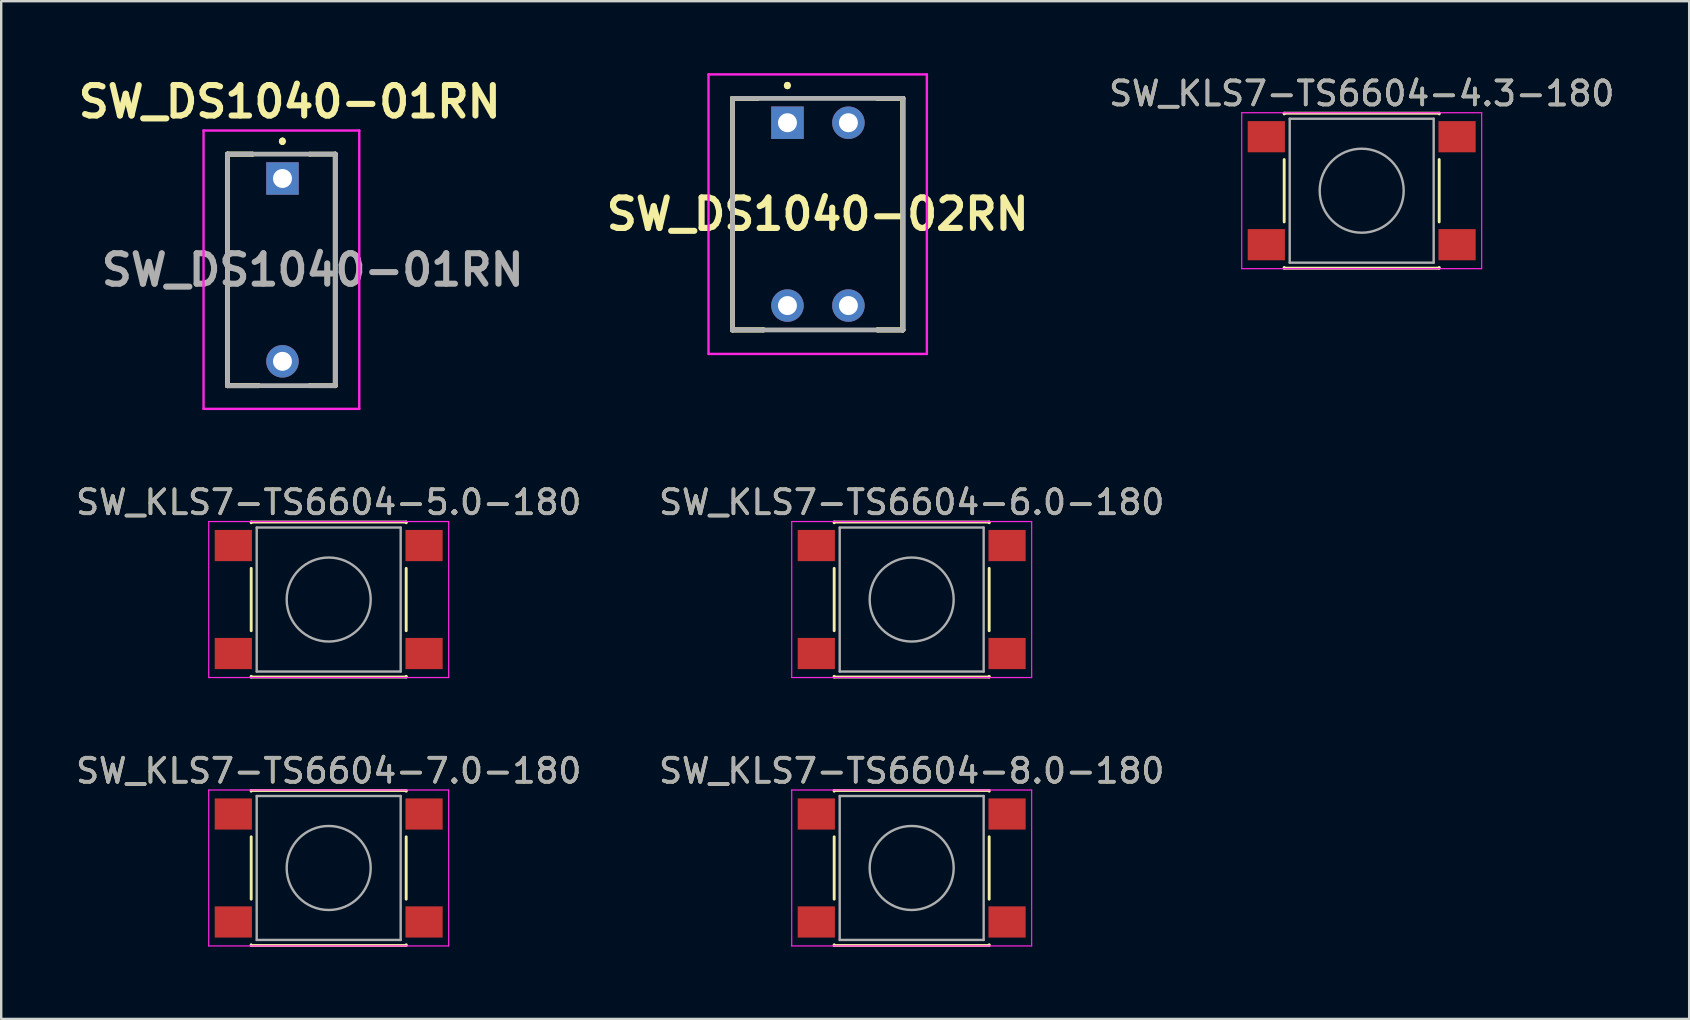
<source format=kicad_pcb>
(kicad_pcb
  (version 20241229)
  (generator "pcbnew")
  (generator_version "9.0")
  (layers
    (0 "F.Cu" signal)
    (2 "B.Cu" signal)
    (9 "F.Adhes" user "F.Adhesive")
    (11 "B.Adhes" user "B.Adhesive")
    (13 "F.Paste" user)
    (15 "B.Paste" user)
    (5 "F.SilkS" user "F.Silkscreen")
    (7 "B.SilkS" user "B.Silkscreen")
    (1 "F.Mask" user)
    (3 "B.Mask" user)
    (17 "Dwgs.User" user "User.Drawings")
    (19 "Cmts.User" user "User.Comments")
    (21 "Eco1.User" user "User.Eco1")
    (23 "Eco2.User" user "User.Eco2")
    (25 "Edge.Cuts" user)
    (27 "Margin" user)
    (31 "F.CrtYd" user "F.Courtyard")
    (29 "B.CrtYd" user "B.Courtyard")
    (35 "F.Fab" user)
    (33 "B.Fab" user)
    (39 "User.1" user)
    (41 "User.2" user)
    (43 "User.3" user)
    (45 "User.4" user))
  (footprint "SW_DS1040-01RN"
    (layer "F.Cu")
    (at 8.723 4.389)
    (property "Reference" "SW_DS1040-01RN" (at 0.3 -3.2 0) (layer "F.SilkS") (effects (font (size 1.27 1.27) (thickness 0.254))))
    (attr through_hole)
    (fp_line (start -2.29 -1.015) (end -2.29 -1.015) (stroke (width 0.2) (type solid)) (layer "F.SilkS"))
    (fp_line (start -2.29 -1.015) (end -2.29 -1.015) (stroke (width 0.2) (type solid)) (layer "F.SilkS"))
    (fp_line (start -2.29 -1.015) (end -2.29 8.635) (stroke (width 0.2) (type solid)) (layer "F.SilkS"))
    (fp_line (start -2.29 -1.015) (end -1.25 -1.015) (stroke (width 0.2) (type solid)) (layer "F.SilkS"))
    (fp_line (start -2.29 8.635) (end -2.29 -1.015) (stroke (width 0.2) (type solid)) (layer "F.SilkS"))
    (fp_line (start -2.29 8.635) (end -2.29 8.635) (stroke (width 0.2) (type solid)) (layer "F.SilkS"))
    (fp_line (start -2.29 8.635) (end -2.29 8.635) (stroke (width 0.2) (type solid)) (layer "F.SilkS"))
    (fp_line (start -2.29 8.635) (end -1 8.635) (stroke (width 0.2) (type solid)) (layer "F.SilkS"))
    (fp_line (start -1.25 -1.015) (end -2.29 -1.015) (stroke (width 0.2) (type solid)) (layer "F.SilkS"))
    (fp_line (start -1.25 -1.015) (end -1.25 -1.015) (stroke (width 0.2) (type solid)) (layer "F.SilkS"))
    (fp_line (start -1 8.635) (end -2.29 8.635) (stroke (width 0.2) (type solid)) (layer "F.SilkS"))
    (fp_line (start -1 8.635) (end -1 8.635) (stroke (width 0.2) (type solid)) (layer "F.SilkS"))
    (fp_line (start 0 -1.6) (end 0 -1.6) (stroke (width 0.2) (type solid)) (layer "F.SilkS"))
    (fp_line (start 0 -1.6) (end 0 -1.6) (stroke (width 0.2) (type solid)) (layer "F.SilkS"))
    (fp_line (start 0 -1.5) (end 0 -1.5) (stroke (width 0.2) (type solid)) (layer "F.SilkS"))
    (fp_line (start 1.14 -1.015) (end 1.14 -1.015) (stroke (width 0.2) (type solid)) (layer "F.SilkS"))
    (fp_line (start 1.14 8.635) (end 1.14 8.635) (stroke (width 0.2) (type solid)) (layer "F.SilkS"))
    (fp_line (start 1.14 8.635) (end 2.2 8.635) (stroke (width 0.2) (type solid)) (layer "F.SilkS"))
    (fp_line (start 2.2 -1.015) (end 1.14 -1.015) (stroke (width 0.2) (type solid)) (layer "F.SilkS"))
    (fp_line (start 2.2 -1.015) (end 2.2 -1.015) (stroke (width 0.2) (type solid)) (layer "F.SilkS"))
    (fp_line (start 2.2 -1.015) (end 2.2 -1.015) (stroke (width 0.2) (type solid)) (layer "F.SilkS"))
    (fp_line (start 2.2 -1.015) (end 2.2 8.635) (stroke (width 0.2) (type solid)) (layer "F.SilkS"))
    (fp_line (start 2.2 8.635) (end 2.2 8.635) (stroke (width 0.2) (type solid)) (layer "F.SilkS"))
    (fp_line (start 2.2 8.635) (end 2.2 8.635) (stroke (width 0.2) (type solid)) (layer "F.SilkS"))
    (fp_arc (start 0 -1.6) (mid 0.05 -1.55) (end 0 -1.5) (stroke (width 0.2) (type solid)) (layer "F.SilkS"))
    (fp_arc (start 0 -1.5) (mid -0.05 -1.55) (end 0 -1.6) (stroke (width 0.2) (type solid)) (layer "F.SilkS"))
    (fp_arc (start 0 -1.5) (mid -0.05 -1.55) (end 0 -1.6) (stroke (width 0.2) (type solid)) (layer "F.SilkS"))
    (fp_line (start -3.29 -2) (end 3.2 -2) (stroke (width 0.1) (type solid)) (layer "F.CrtYd"))
    (fp_line (start -3.29 9.6) (end -3.29 -2) (stroke (width 0.1) (type solid)) (layer "F.CrtYd"))
    (fp_line (start 3.2 -2) (end 3.2 9.6) (stroke (width 0.1) (type solid)) (layer "F.CrtYd"))
    (fp_line (start 3.2 9.6) (end -3.29 9.6) (stroke (width 0.1) (type solid)) (layer "F.CrtYd"))
    (fp_line (start -2.29 -1.015) (end -2.29 8.635) (stroke (width 0.2) (type solid)) (layer "F.Fab"))
    (fp_line (start -2.29 8.635) (end 2.2 8.635) (stroke (width 0.2) (type solid)) (layer "F.Fab"))
    (fp_line (start 2.2 -1.015) (end -2.29 -1.015) (stroke (width 0.2) (type solid)) (layer "F.Fab"))
    (fp_line (start 2.2 8.635) (end 2.2 -1.015) (stroke (width 0.2) (type solid)) (layer "F.Fab"))
    (fp_text user "${REFERENCE}" (at 1.26 3.81 0) (layer "F.Fab") (effects (font (size 1.27 1.27) (thickness 0.254))))
    (pad "1" thru_hole rect (at 0 0) (size 1.354 1.354) (drill 0.79) (layers "*.Cu" "*.Mask"))
    (pad "2" thru_hole circle (at 0 7.62) (size 1.354 1.354) (drill 0.79) (layers "*.Cu" "*.Mask")))
  (footprint "SW_KLS7-TS6604-4.3-180"
    (layer "F.Cu")
    (at 53.701 4.898)
    (property "Reference" "SW_KLS7-TS6604-4.3-180" (at 0 -4.05 0) (layer "F.SilkS") (effects (font (size 1 1) (thickness 0.15))))
    (attr smd)
    (fp_line (start -3.23 -3.23) (end 3.23 -3.23) (stroke (width 0.12) (type solid)) (layer "F.SilkS"))
    (fp_line (start -3.23 -3.2) (end -3.23 -3.23) (stroke (width 0.12) (type solid)) (layer "F.SilkS"))
    (fp_line (start -3.23 -1.3) (end -3.23 1.3) (stroke (width 0.12) (type solid)) (layer "F.SilkS"))
    (fp_line (start -3.23 3.23) (end -3.23 3.2) (stroke (width 0.12) (type solid)) (layer "F.SilkS"))
    (fp_line (start -3.23 3.23) (end 3.23 3.23) (stroke (width 0.12) (type solid)) (layer "F.SilkS"))
    (fp_line (start 3.23 -3.23) (end 3.23 -3.2) (stroke (width 0.12) (type solid)) (layer "F.SilkS"))
    (fp_line (start 3.23 -1.3) (end 3.23 1.3) (stroke (width 0.12) (type solid)) (layer "F.SilkS"))
    (fp_line (start 3.23 3.23) (end 3.23 3.2) (stroke (width 0.12) (type solid)) (layer "F.SilkS"))
    (fp_line (start -5 -3.25) (end -5 3.25) (stroke (width 0.05) (type solid)) (layer "F.CrtYd"))
    (fp_line (start -5 -3.25) (end 5 -3.25) (stroke (width 0.05) (type solid)) (layer "F.CrtYd"))
    (fp_line (start -5 3.25) (end 5 3.25) (stroke (width 0.05) (type solid)) (layer "F.CrtYd"))
    (fp_line (start 5 3.25) (end 5 -3.25) (stroke (width 0.05) (type solid)) (layer "F.CrtYd"))
    (fp_line (start -3 -3) (end -3 3) (stroke (width 0.1) (type solid)) (layer "F.Fab"))
    (fp_line (start -3 3) (end 3 3) (stroke (width 0.1) (type solid)) (layer "F.Fab"))
    (fp_line (start 3 -3) (end -3 -3) (stroke (width 0.1) (type solid)) (layer "F.Fab"))
    (fp_line (start 3 3) (end 3 -3) (stroke (width 0.1) (type solid)) (layer "F.Fab"))
    (fp_circle (center 0 0) (end 1.75 -0.05) (stroke (width 0.1) (type solid)) (fill no) (layer "F.Fab"))
    (fp_text user "${REFERENCE}" (at 0 -4.05 0) (layer "F.Fab") (effects (font (size 1 1) (thickness 0.15))))
    (pad "1" smd rect (at -3.975 -2.25) (size 1.55 1.3) (layers "F.Cu" "F.Mask" "F.Paste"))
    (pad "1" smd rect (at 3.975 -2.25) (size 1.55 1.3) (layers "F.Cu" "F.Mask" "F.Paste"))
    (pad "2" smd rect (at -3.975 2.25) (size 1.55 1.3) (layers "F.Cu" "F.Mask" "F.Paste"))
    (pad "2" smd rect (at 3.975 2.25) (size 1.55 1.3) (layers "F.Cu" "F.Mask" "F.Paste")))
  (footprint "SW_KLS7-TS6604-7.0-180"
    (layer "F.Cu")
    (at 10.649 33.125)
    (property "Reference" "SW_KLS7-TS6604-7.0-180" (at 0 -4.05 0) (layer "F.SilkS") (effects (font (size 1 1) (thickness 0.15))))
    (attr smd)
    (fp_line (start -3.23 -3.23) (end 3.23 -3.23) (stroke (width 0.12) (type solid)) (layer "F.SilkS"))
    (fp_line (start -3.23 -3.2) (end -3.23 -3.23) (stroke (width 0.12) (type solid)) (layer "F.SilkS"))
    (fp_line (start -3.23 -1.3) (end -3.23 1.3) (stroke (width 0.12) (type solid)) (layer "F.SilkS"))
    (fp_line (start -3.23 3.23) (end -3.23 3.2) (stroke (width 0.12) (type solid)) (layer "F.SilkS"))
    (fp_line (start -3.23 3.23) (end 3.23 3.23) (stroke (width 0.12) (type solid)) (layer "F.SilkS"))
    (fp_line (start 3.23 -3.23) (end 3.23 -3.2) (stroke (width 0.12) (type solid)) (layer "F.SilkS"))
    (fp_line (start 3.23 -1.3) (end 3.23 1.3) (stroke (width 0.12) (type solid)) (layer "F.SilkS"))
    (fp_line (start 3.23 3.23) (end 3.23 3.2) (stroke (width 0.12) (type solid)) (layer "F.SilkS"))
    (fp_line (start -5 -3.25) (end -5 3.25) (stroke (width 0.05) (type solid)) (layer "F.CrtYd"))
    (fp_line (start -5 -3.25) (end 5 -3.25) (stroke (width 0.05) (type solid)) (layer "F.CrtYd"))
    (fp_line (start -5 3.25) (end 5 3.25) (stroke (width 0.05) (type solid)) (layer "F.CrtYd"))
    (fp_line (start 5 3.25) (end 5 -3.25) (stroke (width 0.05) (type solid)) (layer "F.CrtYd"))
    (fp_line (start -3 -3) (end -3 3) (stroke (width 0.1) (type solid)) (layer "F.Fab"))
    (fp_line (start -3 3) (end 3 3) (stroke (width 0.1) (type solid)) (layer "F.Fab"))
    (fp_line (start 3 -3) (end -3 -3) (stroke (width 0.1) (type solid)) (layer "F.Fab"))
    (fp_line (start 3 3) (end 3 -3) (stroke (width 0.1) (type solid)) (layer "F.Fab"))
    (fp_circle (center 0 0) (end 1.75 -0.05) (stroke (width 0.1) (type solid)) (fill no) (layer "F.Fab"))
    (fp_text user "${REFERENCE}" (at 0 -4.05 0) (layer "F.Fab") (effects (font (size 1 1) (thickness 0.15))))
    (pad "1" smd rect (at -3.975 -2.25) (size 1.55 1.3) (layers "F.Cu" "F.Mask" "F.Paste"))
    (pad "1" smd rect (at 3.975 -2.25) (size 1.55 1.3) (layers "F.Cu" "F.Mask" "F.Paste"))
    (pad "2" smd rect (at -3.975 2.25) (size 1.55 1.3) (layers "F.Cu" "F.Mask" "F.Paste"))
    (pad "2" smd rect (at 3.975 2.25) (size 1.55 1.3) (layers "F.Cu" "F.Mask" "F.Paste")))
  (footprint "SW_KLS7-TS6604-5.0-180"
    (layer "F.Cu")
    (at 10.649 21.937)
    (property "Reference" "SW_KLS7-TS6604-5.0-180" (at 0 -4.05 0) (layer "F.SilkS") (effects (font (size 1 1) (thickness 0.15))))
    (attr smd)
    (fp_line (start -3.23 -3.23) (end 3.23 -3.23) (stroke (width 0.12) (type solid)) (layer "F.SilkS"))
    (fp_line (start -3.23 -3.2) (end -3.23 -3.23) (stroke (width 0.12) (type solid)) (layer "F.SilkS"))
    (fp_line (start -3.23 -1.3) (end -3.23 1.3) (stroke (width 0.12) (type solid)) (layer "F.SilkS"))
    (fp_line (start -3.23 3.23) (end -3.23 3.2) (stroke (width 0.12) (type solid)) (layer "F.SilkS"))
    (fp_line (start -3.23 3.23) (end 3.23 3.23) (stroke (width 0.12) (type solid)) (layer "F.SilkS"))
    (fp_line (start 3.23 -3.23) (end 3.23 -3.2) (stroke (width 0.12) (type solid)) (layer "F.SilkS"))
    (fp_line (start 3.23 -1.3) (end 3.23 1.3) (stroke (width 0.12) (type solid)) (layer "F.SilkS"))
    (fp_line (start 3.23 3.23) (end 3.23 3.2) (stroke (width 0.12) (type solid)) (layer "F.SilkS"))
    (fp_line (start -5 -3.25) (end -5 3.25) (stroke (width 0.05) (type solid)) (layer "F.CrtYd"))
    (fp_line (start -5 -3.25) (end 5 -3.25) (stroke (width 0.05) (type solid)) (layer "F.CrtYd"))
    (fp_line (start -5 3.25) (end 5 3.25) (stroke (width 0.05) (type solid)) (layer "F.CrtYd"))
    (fp_line (start 5 3.25) (end 5 -3.25) (stroke (width 0.05) (type solid)) (layer "F.CrtYd"))
    (fp_line (start -3 -3) (end -3 3) (stroke (width 0.1) (type solid)) (layer "F.Fab"))
    (fp_line (start -3 3) (end 3 3) (stroke (width 0.1) (type solid)) (layer "F.Fab"))
    (fp_line (start 3 -3) (end -3 -3) (stroke (width 0.1) (type solid)) (layer "F.Fab"))
    (fp_line (start 3 3) (end 3 -3) (stroke (width 0.1) (type solid)) (layer "F.Fab"))
    (fp_circle (center 0 0) (end 1.75 -0.05) (stroke (width 0.1) (type solid)) (fill no) (layer "F.Fab"))
    (fp_text user "${REFERENCE}" (at 0 -4.05 0) (layer "F.Fab") (effects (font (size 1 1) (thickness 0.15))))
    (pad "1" smd rect (at -3.975 -2.25) (size 1.55 1.3) (layers "F.Cu" "F.Mask" "F.Paste"))
    (pad "1" smd rect (at 3.975 -2.25) (size 1.55 1.3) (layers "F.Cu" "F.Mask" "F.Paste"))
    (pad "2" smd rect (at -3.975 2.25) (size 1.55 1.3) (layers "F.Cu" "F.Mask" "F.Paste"))
    (pad "2" smd rect (at 3.975 2.25) (size 1.55 1.3) (layers "F.Cu" "F.Mask" "F.Paste")))
  (footprint "SW_KLS7-TS6604-8.0-180"
    (layer "F.Cu")
    (at 34.946 33.125)
    (property "Reference" "SW_KLS7-TS6604-8.0-180" (at 0 -4.05 0) (layer "F.SilkS") (effects (font (size 1 1) (thickness 0.15))))
    (attr smd)
    (fp_line (start -3.23 -3.23) (end 3.23 -3.23) (stroke (width 0.12) (type solid)) (layer "F.SilkS"))
    (fp_line (start -3.23 -3.2) (end -3.23 -3.23) (stroke (width 0.12) (type solid)) (layer "F.SilkS"))
    (fp_line (start -3.23 -1.3) (end -3.23 1.3) (stroke (width 0.12) (type solid)) (layer "F.SilkS"))
    (fp_line (start -3.23 3.23) (end -3.23 3.2) (stroke (width 0.12) (type solid)) (layer "F.SilkS"))
    (fp_line (start -3.23 3.23) (end 3.23 3.23) (stroke (width 0.12) (type solid)) (layer "F.SilkS"))
    (fp_line (start 3.23 -3.23) (end 3.23 -3.2) (stroke (width 0.12) (type solid)) (layer "F.SilkS"))
    (fp_line (start 3.23 -1.3) (end 3.23 1.3) (stroke (width 0.12) (type solid)) (layer "F.SilkS"))
    (fp_line (start 3.23 3.23) (end 3.23 3.2) (stroke (width 0.12) (type solid)) (layer "F.SilkS"))
    (fp_line (start -5 -3.25) (end -5 3.25) (stroke (width 0.05) (type solid)) (layer "F.CrtYd"))
    (fp_line (start -5 -3.25) (end 5 -3.25) (stroke (width 0.05) (type solid)) (layer "F.CrtYd"))
    (fp_line (start -5 3.25) (end 5 3.25) (stroke (width 0.05) (type solid)) (layer "F.CrtYd"))
    (fp_line (start 5 3.25) (end 5 -3.25) (stroke (width 0.05) (type solid)) (layer "F.CrtYd"))
    (fp_line (start -3 -3) (end -3 3) (stroke (width 0.1) (type solid)) (layer "F.Fab"))
    (fp_line (start -3 3) (end 3 3) (stroke (width 0.1) (type solid)) (layer "F.Fab"))
    (fp_line (start 3 -3) (end -3 -3) (stroke (width 0.1) (type solid)) (layer "F.Fab"))
    (fp_line (start 3 3) (end 3 -3) (stroke (width 0.1) (type solid)) (layer "F.Fab"))
    (fp_circle (center 0 0) (end 1.75 -0.05) (stroke (width 0.1) (type solid)) (fill no) (layer "F.Fab"))
    (fp_text user "${REFERENCE}" (at 0 -4.05 0) (layer "F.Fab") (effects (font (size 1 1) (thickness 0.15))))
    (pad "1" smd rect (at -3.975 -2.25) (size 1.55 1.3) (layers "F.Cu" "F.Mask" "F.Paste"))
    (pad "1" smd rect (at 3.975 -2.25) (size 1.55 1.3) (layers "F.Cu" "F.Mask" "F.Paste"))
    (pad "2" smd rect (at -3.975 2.25) (size 1.55 1.3) (layers "F.Cu" "F.Mask" "F.Paste"))
    (pad "2" smd rect (at 3.975 2.25) (size 1.55 1.3) (layers "F.Cu" "F.Mask" "F.Paste")))
  (footprint "SW_DS1040-02RN"
    (layer "F.Cu")
    (at 29.769 2.065)
    (property "Reference" "SW_DS1040-02RN" (at 1.26 3.81 0) (layer "F.SilkS") (effects (font (size 1.27 1.27) (thickness 0.254))))
    (attr through_hole)
    (fp_line (start -2.29 -1.015) (end -2.29 -1.015) (stroke (width 0.2) (type solid)) (layer "F.SilkS"))
    (fp_line (start -2.29 -1.015) (end -2.29 -1.015) (stroke (width 0.2) (type solid)) (layer "F.SilkS"))
    (fp_line (start -2.29 -1.015) (end -2.29 8.635) (stroke (width 0.2) (type solid)) (layer "F.SilkS"))
    (fp_line (start -2.29 -1.015) (end -1.25 -1.015) (stroke (width 0.2) (type solid)) (layer "F.SilkS"))
    (fp_line (start -2.29 8.635) (end -2.29 -1.015) (stroke (width 0.2) (type solid)) (layer "F.SilkS"))
    (fp_line (start -2.29 8.635) (end -2.29 8.635) (stroke (width 0.2) (type solid)) (layer "F.SilkS"))
    (fp_line (start -2.29 8.635) (end -2.29 8.635) (stroke (width 0.2) (type solid)) (layer "F.SilkS"))
    (fp_line (start -2.29 8.635) (end -1 8.635) (stroke (width 0.2) (type solid)) (layer "F.SilkS"))
    (fp_line (start -1.25 -1.015) (end -2.29 -1.015) (stroke (width 0.2) (type solid)) (layer "F.SilkS"))
    (fp_line (start -1.25 -1.015) (end -1.25 -1.015) (stroke (width 0.2) (type solid)) (layer "F.SilkS"))
    (fp_line (start -1 8.635) (end -2.29 8.635) (stroke (width 0.2) (type solid)) (layer "F.SilkS"))
    (fp_line (start -1 8.635) (end -1 8.635) (stroke (width 0.2) (type solid)) (layer "F.SilkS"))
    (fp_line (start 0 -1.6) (end 0 -1.6) (stroke (width 0.2) (type solid)) (layer "F.SilkS"))
    (fp_line (start 0 -1.6) (end 0 -1.6) (stroke (width 0.2) (type solid)) (layer "F.SilkS"))
    (fp_line (start 0 -1.5) (end 0 -1.5) (stroke (width 0.2) (type solid)) (layer "F.SilkS"))
    (fp_line (start 3.75 -1.015) (end 3.75 -1.015) (stroke (width 0.2) (type solid)) (layer "F.SilkS"))
    (fp_line (start 3.75 -1.015) (end 4.81 -1.015) (stroke (width 0.2) (type solid)) (layer "F.SilkS"))
    (fp_line (start 3.75 8.635) (end 3.75 8.635) (stroke (width 0.2) (type solid)) (layer "F.SilkS"))
    (fp_line (start 3.75 8.635) (end 4.81 8.635) (stroke (width 0.2) (type solid)) (layer "F.SilkS"))
    (fp_line (start 4.81 -1.015) (end 3.75 -1.015) (stroke (width 0.2) (type solid)) (layer "F.SilkS"))
    (fp_line (start 4.81 -1.015) (end 4.81 -1.015) (stroke (width 0.2) (type solid)) (layer "F.SilkS"))
    (fp_line (start 4.81 -1.015) (end 4.81 -1.015) (stroke (width 0.2) (type solid)) (layer "F.SilkS"))
    (fp_line (start 4.81 -1.015) (end 4.81 8.635) (stroke (width 0.2) (type solid)) (layer "F.SilkS"))
    (fp_line (start 4.81 8.635) (end 3.75 8.635) (stroke (width 0.2) (type solid)) (layer "F.SilkS"))
    (fp_line (start 4.81 8.635) (end 4.81 -1.015) (stroke (width 0.2) (type solid)) (layer "F.SilkS"))
    (fp_line (start 4.81 8.635) (end 4.81 8.635) (stroke (width 0.2) (type solid)) (layer "F.SilkS"))
    (fp_line (start 4.81 8.635) (end 4.81 8.635) (stroke (width 0.2) (type solid)) (layer "F.SilkS"))
    (fp_arc (start 0 -1.6) (mid 0.05 -1.55) (end 0 -1.5) (stroke (width 0.2) (type solid)) (layer "F.SilkS"))
    (fp_arc (start 0 -1.5) (mid -0.05 -1.55) (end 0 -1.6) (stroke (width 0.2) (type solid)) (layer "F.SilkS"))
    (fp_arc (start 0 -1.5) (mid -0.05 -1.55) (end 0 -1.6) (stroke (width 0.2) (type solid)) (layer "F.SilkS"))
    (fp_line (start -3.29 -2.015) (end 5.81 -2.015) (stroke (width 0.1) (type solid)) (layer "F.CrtYd"))
    (fp_line (start -3.29 9.635) (end -3.29 -2.015) (stroke (width 0.1) (type solid)) (layer "F.CrtYd"))
    (fp_line (start 5.81 -2.015) (end 5.81 9.635) (stroke (width 0.1) (type solid)) (layer "F.CrtYd"))
    (fp_line (start 5.81 9.635) (end -3.29 9.635) (stroke (width 0.1) (type solid)) (layer "F.CrtYd"))
    (fp_line (start -2.29 -1.015) (end -2.29 8.635) (stroke (width 0.2) (type solid)) (layer "F.Fab"))
    (fp_line (start -2.29 8.635) (end 4.81 8.635) (stroke (width 0.2) (type solid)) (layer "F.Fab"))
    (fp_line (start 4.81 -1.015) (end -2.29 -1.015) (stroke (width 0.2) (type solid)) (layer "F.Fab"))
    (fp_line (start 4.81 8.635) (end 4.81 -1.015) (stroke (width 0.2) (type solid)) (layer "F.Fab"))
    (pad "1" thru_hole rect (at 0 0) (size 1.354 1.354) (drill 0.79) (layers "*.Cu" "*.Mask"))
    (pad "2" thru_hole circle (at 0 7.62) (size 1.354 1.354) (drill 0.79) (layers "*.Cu" "*.Mask"))
    (pad "3" thru_hole circle (at 2.54 0) (size 1.354 1.354) (drill 0.79) (layers "*.Cu" "*.Mask"))
    (pad "4" thru_hole circle (at 2.54 7.62) (size 1.354 1.354) (drill 0.79) (layers "*.Cu" "*.Mask")))
  (footprint "SW_KLS7-TS6604-6.0-180"
    (layer "F.Cu")
    (at 34.946 21.937)
    (property "Reference" "SW_KLS7-TS6604-6.0-180" (at 0 -4.05 0) (layer "F.SilkS") (effects (font (size 1 1) (thickness 0.15))))
    (attr smd)
    (fp_line (start -3.23 -3.23) (end 3.23 -3.23) (stroke (width 0.12) (type solid)) (layer "F.SilkS"))
    (fp_line (start -3.23 -3.2) (end -3.23 -3.23) (stroke (width 0.12) (type solid)) (layer "F.SilkS"))
    (fp_line (start -3.23 -1.3) (end -3.23 1.3) (stroke (width 0.12) (type solid)) (layer "F.SilkS"))
    (fp_line (start -3.23 3.23) (end -3.23 3.2) (stroke (width 0.12) (type solid)) (layer "F.SilkS"))
    (fp_line (start -3.23 3.23) (end 3.23 3.23) (stroke (width 0.12) (type solid)) (layer "F.SilkS"))
    (fp_line (start 3.23 -3.23) (end 3.23 -3.2) (stroke (width 0.12) (type solid)) (layer "F.SilkS"))
    (fp_line (start 3.23 -1.3) (end 3.23 1.3) (stroke (width 0.12) (type solid)) (layer "F.SilkS"))
    (fp_line (start 3.23 3.23) (end 3.23 3.2) (stroke (width 0.12) (type solid)) (layer "F.SilkS"))
    (fp_line (start -5 -3.25) (end -5 3.25) (stroke (width 0.05) (type solid)) (layer "F.CrtYd"))
    (fp_line (start -5 -3.25) (end 5 -3.25) (stroke (width 0.05) (type solid)) (layer "F.CrtYd"))
    (fp_line (start -5 3.25) (end 5 3.25) (stroke (width 0.05) (type solid)) (layer "F.CrtYd"))
    (fp_line (start 5 3.25) (end 5 -3.25) (stroke (width 0.05) (type solid)) (layer "F.CrtYd"))
    (fp_line (start -3 -3) (end -3 3) (stroke (width 0.1) (type solid)) (layer "F.Fab"))
    (fp_line (start -3 3) (end 3 3) (stroke (width 0.1) (type solid)) (layer "F.Fab"))
    (fp_line (start 3 -3) (end -3 -3) (stroke (width 0.1) (type solid)) (layer "F.Fab"))
    (fp_line (start 3 3) (end 3 -3) (stroke (width 0.1) (type solid)) (layer "F.Fab"))
    (fp_circle (center 0 0) (end 1.75 -0.05) (stroke (width 0.1) (type solid)) (fill no) (layer "F.Fab"))
    (fp_text user "${REFERENCE}" (at 0 -4.05 0) (layer "F.Fab") (effects (font (size 1 1) (thickness 0.15))))
    (pad "1" smd rect (at -3.975 -2.25) (size 1.55 1.3) (layers "F.Cu" "F.Mask" "F.Paste"))
    (pad "1" smd rect (at 3.975 -2.25) (size 1.55 1.3) (layers "F.Cu" "F.Mask" "F.Paste"))
    (pad "2" smd rect (at -3.975 2.25) (size 1.55 1.3) (layers "F.Cu" "F.Mask" "F.Paste"))
    (pad "2" smd rect (at 3.975 2.25) (size 1.55 1.3) (layers "F.Cu" "F.Mask" "F.Paste")))
  (gr_rect
    (start -3 -3)
    (end 67.35 39.415)
    (stroke (width 0.1) (type default))
    (fill no)
    (layer "Edge.Cuts")))
</source>
